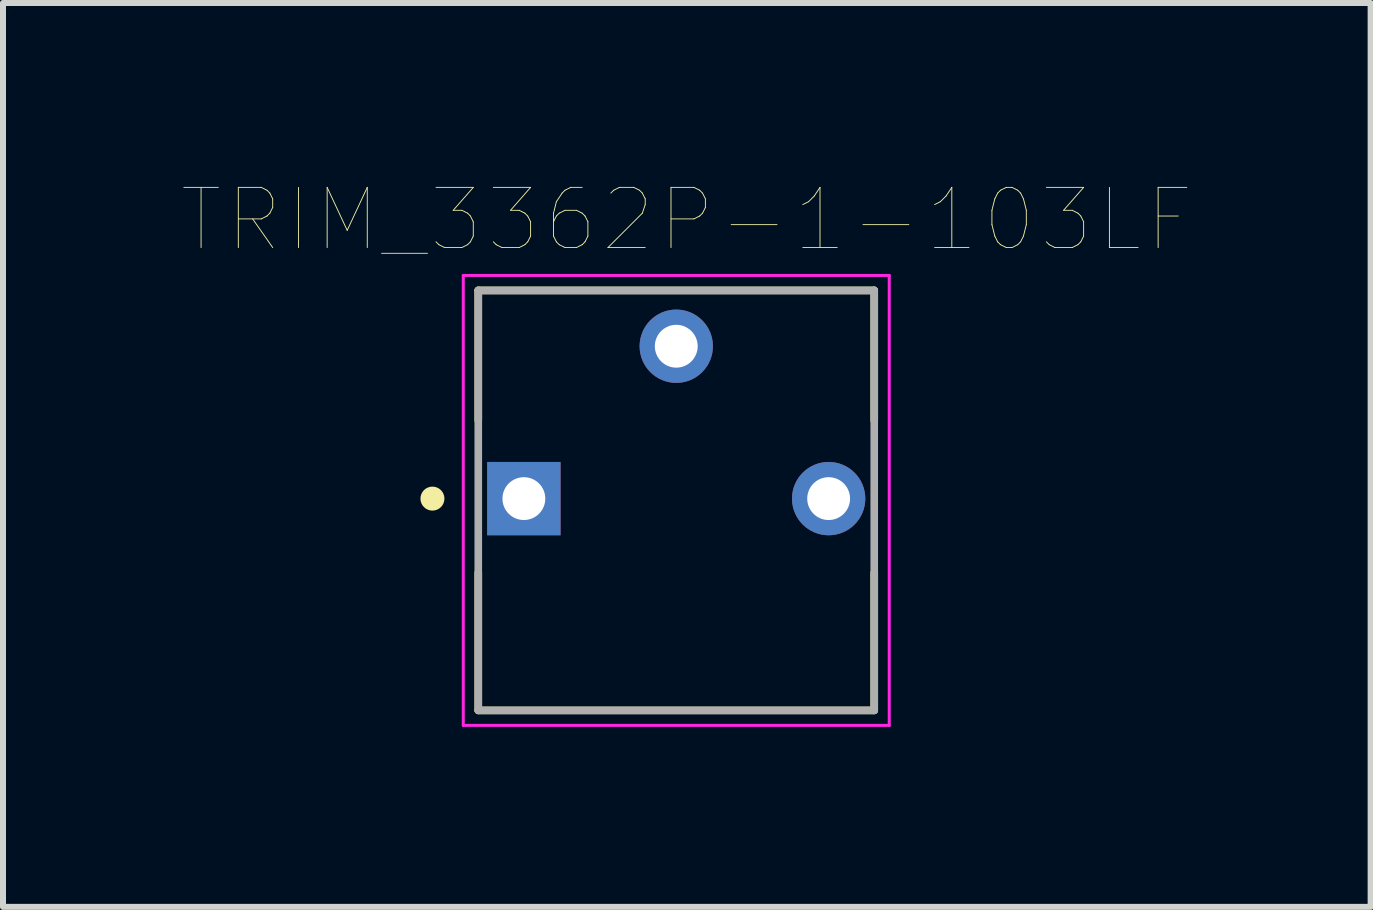
<source format=kicad_pcb>
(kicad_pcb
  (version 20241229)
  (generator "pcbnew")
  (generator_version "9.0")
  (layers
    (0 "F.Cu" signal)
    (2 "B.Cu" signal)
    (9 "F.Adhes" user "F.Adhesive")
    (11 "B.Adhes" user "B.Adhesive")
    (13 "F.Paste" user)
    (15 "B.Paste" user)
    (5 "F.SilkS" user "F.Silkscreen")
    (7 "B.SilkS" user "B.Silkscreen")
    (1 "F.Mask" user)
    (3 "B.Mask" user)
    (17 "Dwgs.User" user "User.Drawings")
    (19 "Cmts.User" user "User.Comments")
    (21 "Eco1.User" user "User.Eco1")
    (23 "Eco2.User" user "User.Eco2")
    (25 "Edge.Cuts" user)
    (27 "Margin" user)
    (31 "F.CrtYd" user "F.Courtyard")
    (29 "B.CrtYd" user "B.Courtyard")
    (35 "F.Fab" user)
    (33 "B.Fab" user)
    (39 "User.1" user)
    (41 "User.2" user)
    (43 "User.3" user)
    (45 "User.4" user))
  (footprint "TRIM_3362P-1-103LF"
    (layer "F.Cu")
    (at 8.222 5.261)
    (property "Reference" "TRIM_3362P-1-103LF" (at 0.175 -4.648 0) (layer "F.SilkS") (effects (font (size 1.003 1.003) (thickness 0.015))))
    (attr through_hole)
    (fp_line (start -3.3 -3.47) (end 3.3 -3.47) (stroke (width 0.127) (type solid)) (layer "F.SilkS"))
    (fp_line (start -3.3 -1.305) (end -3.3 -3.47) (stroke (width 0.127) (type solid)) (layer "F.SilkS"))
    (fp_line (start -3.3 3.52) (end -3.3 1.235) (stroke (width 0.127) (type solid)) (layer "F.SilkS"))
    (fp_line (start 3.3 -3.47) (end 3.3 -1.305) (stroke (width 0.127) (type solid)) (layer "F.SilkS"))
    (fp_line (start 3.3 1.235) (end 3.3 3.52) (stroke (width 0.127) (type solid)) (layer "F.SilkS"))
    (fp_line (start 3.3 3.53) (end -3.3 3.53) (stroke (width 0.127) (type solid)) (layer "F.SilkS"))
    (fp_circle (center -4.064 0) (end -3.964 0) (stroke (width 0.2) (type solid)) (fill no) (layer "F.SilkS"))
    (fp_line (start -3.55 -3.72) (end 3.55 -3.72) (stroke (width 0.05) (type solid)) (layer "F.CrtYd"))
    (fp_line (start -3.55 3.78) (end -3.55 -3.72) (stroke (width 0.05) (type solid)) (layer "F.CrtYd"))
    (fp_line (start 3.55 -3.72) (end 3.55 3.78) (stroke (width 0.05) (type solid)) (layer "F.CrtYd"))
    (fp_line (start 3.55 3.78) (end -3.55 3.78) (stroke (width 0.05) (type solid)) (layer "F.CrtYd"))
    (fp_line (start -3.3 -3.47) (end 3.3 -3.47) (stroke (width 0.127) (type solid)) (layer "F.Fab"))
    (fp_line (start -3.3 3.53) (end -3.3 -3.47) (stroke (width 0.127) (type solid)) (layer "F.Fab"))
    (fp_line (start 3.3 -3.47) (end 3.3 3.53) (stroke (width 0.127) (type solid)) (layer "F.Fab"))
    (fp_line (start 3.3 3.53) (end -3.3 3.53) (stroke (width 0.127) (type solid)) (layer "F.Fab"))
    (pad "1" thru_hole rect (at -2.54 0) (size 1.222 1.222) (drill 0.714) (layers "*.Cu" "*.Mask"))
    (pad "2" thru_hole circle (at 0 -2.54) (size 1.222 1.222) (drill 0.714) (layers "*.Cu" "*.Mask"))
    (pad "3" thru_hole circle (at 2.54 0) (size 1.222 1.222) (drill 0.714) (layers "*.Cu" "*.Mask")))
  (gr_rect
    (start -3 -3)
    (end 19.796 12.066)
    (stroke (width 0.1) (type default))
    (fill no)
    (layer "Edge.Cuts")))
</source>
